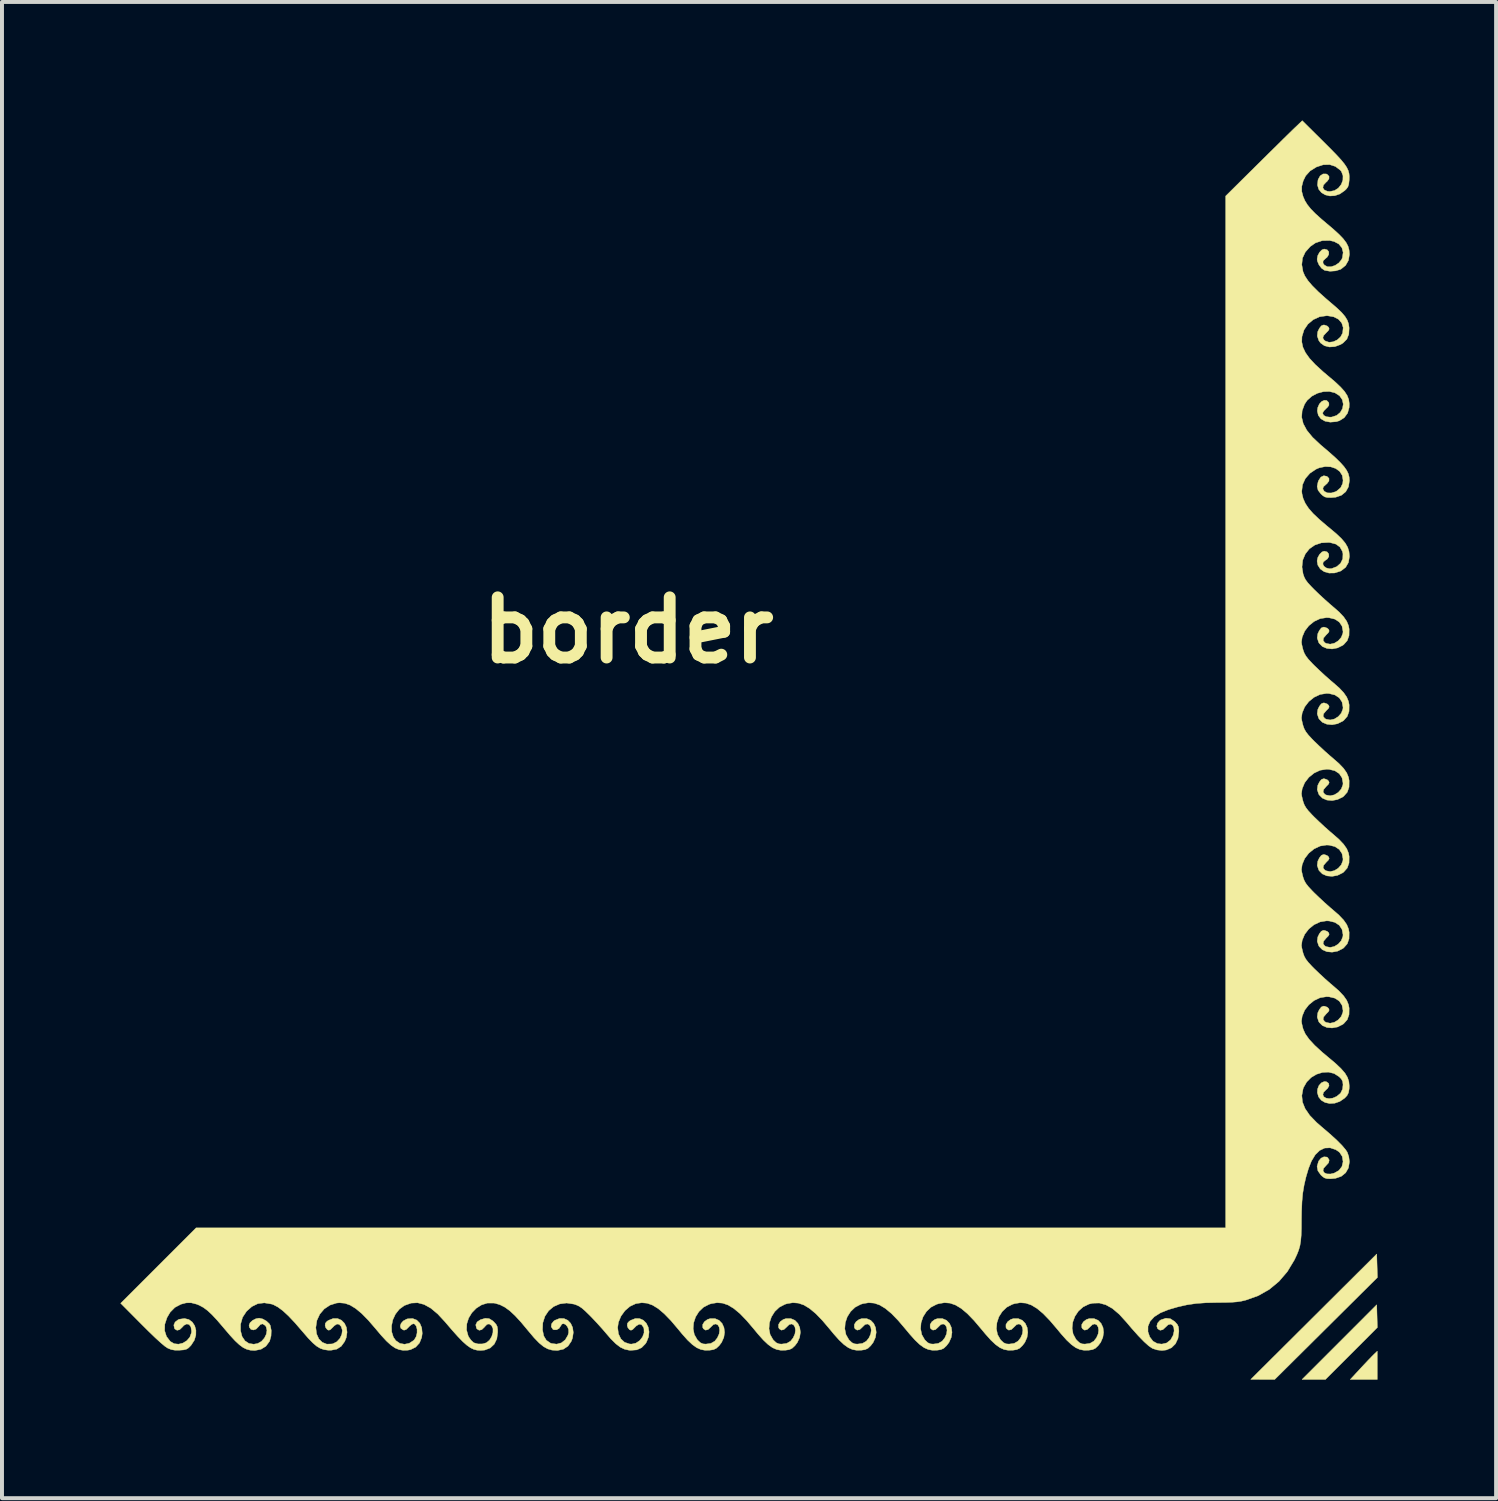
<source format=kicad_pcb>
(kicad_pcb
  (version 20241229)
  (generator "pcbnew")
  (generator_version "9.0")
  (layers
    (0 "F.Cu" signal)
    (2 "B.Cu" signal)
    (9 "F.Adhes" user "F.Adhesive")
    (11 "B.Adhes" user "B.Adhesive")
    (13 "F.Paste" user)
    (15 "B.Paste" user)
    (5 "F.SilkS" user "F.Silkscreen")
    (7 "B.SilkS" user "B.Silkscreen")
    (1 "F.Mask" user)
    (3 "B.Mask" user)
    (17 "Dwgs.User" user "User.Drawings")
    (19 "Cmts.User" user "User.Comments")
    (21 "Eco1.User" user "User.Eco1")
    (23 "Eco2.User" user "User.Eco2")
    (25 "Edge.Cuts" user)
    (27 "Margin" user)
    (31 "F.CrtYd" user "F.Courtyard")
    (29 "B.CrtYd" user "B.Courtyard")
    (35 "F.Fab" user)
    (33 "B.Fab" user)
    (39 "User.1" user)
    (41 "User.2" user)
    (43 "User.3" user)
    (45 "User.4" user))
  (footprint "border"
    (layer "F.Cu")
    (at 12.851 12.906)
    (property "Reference" "border" (at 0 0 0) (layer "F.SilkS") (effects (font (size 1.524 1.524) (thickness 0.3))))
    (attr through_hole)
    (fp_poly (pts (xy 18.959 17.362) (xy 18.967 17.65) (xy 18.31 18.308) (xy 17.653 18.965) (xy 17.061 18.965) (xy 18.006 18.02) (xy 18.951 17.074) (xy 18.959 17.362)) (stroke (width 0.01) (type solid)) (fill yes) (layer "F.SilkS"))
    (fp_poly (pts (xy 18.96 16.087) (xy 18.969 16.383) (xy 17.669 17.674) (xy 16.369 18.965) (xy 16.065 18.965) (xy 15.762 18.964) (xy 17.357 17.377) (xy 18.951 15.79) (xy 18.96 16.087)) (stroke (width 0.01) (type solid)) (fill yes) (layer "F.SilkS"))
    (fp_poly (pts (xy 18.965 18.965) (xy 18.282 18.965) (xy 18.536 18.69) (xy 18.64 18.579) (xy 18.738 18.475) (xy 18.82 18.39) (xy 18.875 18.335) (xy 18.878 18.332) (xy 18.965 18.249) (xy 18.965 18.965)) (stroke (width 0.01) (type solid)) (fill yes) (layer "F.SilkS"))
    (fp_poly (pts (xy 17.602 -12.37) (xy 17.786 -12.186) (xy 17.934 -12.034) (xy 18.048 -11.91) (xy 18.133 -11.806) (xy 18.192 -11.718) (xy 18.23 -11.638) (xy 18.25 -11.563) (xy 18.257 -11.485) (xy 18.254 -11.398) (xy 18.254 -11.396) (xy 18.243 -11.295) (xy 18.222 -11.227) (xy 18.182 -11.172) (xy 18.14 -11.131) (xy 18.018 -11.046) (xy 17.889 -11.002) (xy 17.763 -10.995) (xy 17.648 -11.023) (xy 17.552 -11.08) (xy 17.483 -11.164) (xy 17.451 -11.271) (xy 17.464 -11.397) (xy 17.47 -11.416) (xy 17.519 -11.504) (xy 17.591 -11.552) (xy 17.671 -11.553) (xy 17.697 -11.542) (xy 17.744 -11.493) (xy 17.742 -11.429) (xy 17.692 -11.361) (xy 17.667 -11.341) (xy 17.602 -11.27) (xy 17.588 -11.203) (xy 17.623 -11.148) (xy 17.701 -11.114) (xy 17.765 -11.108) (xy 17.883 -11.132) (xy 17.981 -11.196) (xy 18.053 -11.287) (xy 18.094 -11.395) (xy 18.097 -11.507) (xy 18.058 -11.612) (xy 18.031 -11.646) (xy 17.906 -11.742) (xy 17.76 -11.789) (xy 17.598 -11.785) (xy 17.428 -11.73) (xy 17.427 -11.73) (xy 17.266 -11.63) (xy 17.152 -11.504) (xy 17.09 -11.377) (xy 17.053 -11.236) (xy 17.053 -11.111) (xy 17.087 -10.982) (xy 17.133 -10.876) (xy 17.196 -10.773) (xy 17.282 -10.666) (xy 17.399 -10.547) (xy 17.552 -10.409) (xy 17.674 -10.306) (xy 17.857 -10.151) (xy 17.999 -10.021) (xy 18.105 -9.91) (xy 18.179 -9.812) (xy 18.226 -9.721) (xy 18.251 -9.629) (xy 18.26 -9.529) (xy 18.26 -9.516) (xy 18.235 -9.364) (xy 18.162 -9.237) (xy 18.047 -9.144) (xy 18.033 -9.137) (xy 17.91 -9.099) (xy 17.768 -9.089) (xy 17.639 -9.111) (xy 17.627 -9.115) (xy 17.553 -9.167) (xy 17.489 -9.252) (xy 17.448 -9.348) (xy 17.442 -9.398) (xy 17.459 -9.487) (xy 17.504 -9.57) (xy 17.564 -9.631) (xy 17.621 -9.652) (xy 17.697 -9.632) (xy 17.737 -9.583) (xy 17.737 -9.516) (xy 17.697 -9.447) (xy 17.651 -9.408) (xy 17.593 -9.352) (xy 17.591 -9.294) (xy 17.627 -9.245) (xy 17.703 -9.204) (xy 17.799 -9.204) (xy 17.9 -9.238) (xy 17.992 -9.3) (xy 18.061 -9.384) (xy 18.082 -9.432) (xy 18.101 -9.566) (xy 18.07 -9.683) (xy 17.992 -9.778) (xy 17.873 -9.842) (xy 17.76 -9.868) (xy 17.572 -9.864) (xy 17.4 -9.807) (xy 17.269 -9.716) (xy 17.143 -9.574) (xy 17.072 -9.422) (xy 17.054 -9.256) (xy 17.085 -9.08) (xy 17.131 -8.972) (xy 17.209 -8.853) (xy 17.324 -8.718) (xy 17.478 -8.565) (xy 17.676 -8.388) (xy 17.777 -8.302) (xy 17.94 -8.162) (xy 18.062 -8.046) (xy 18.148 -7.945) (xy 18.205 -7.852) (xy 18.238 -7.76) (xy 18.252 -7.66) (xy 18.253 -7.655) (xy 18.244 -7.495) (xy 18.194 -7.369) (xy 18.097 -7.272) (xy 18.034 -7.233) (xy 17.892 -7.181) (xy 17.752 -7.172) (xy 17.627 -7.204) (xy 17.528 -7.275) (xy 17.484 -7.337) (xy 17.446 -7.45) (xy 17.457 -7.558) (xy 17.499 -7.643) (xy 17.548 -7.707) (xy 17.599 -7.729) (xy 17.63 -7.728) (xy 17.698 -7.703) (xy 17.735 -7.668) (xy 17.747 -7.628) (xy 17.727 -7.587) (xy 17.674 -7.534) (xy 17.605 -7.459) (xy 17.587 -7.399) (xy 17.619 -7.347) (xy 17.653 -7.321) (xy 17.746 -7.291) (xy 17.85 -7.304) (xy 17.952 -7.352) (xy 18.036 -7.428) (xy 18.088 -7.525) (xy 18.088 -7.527) (xy 18.102 -7.663) (xy 18.065 -7.78) (xy 17.984 -7.873) (xy 17.864 -7.935) (xy 17.71 -7.962) (xy 17.682 -7.963) (xy 17.503 -7.937) (xy 17.343 -7.863) (xy 17.209 -7.75) (xy 17.111 -7.605) (xy 17.059 -7.436) (xy 17.058 -7.434) (xy 17.054 -7.3) (xy 17.082 -7.167) (xy 17.146 -7.03) (xy 17.25 -6.884) (xy 17.397 -6.726) (xy 17.589 -6.55) (xy 17.712 -6.446) (xy 17.894 -6.292) (xy 18.033 -6.161) (xy 18.135 -6.048) (xy 18.203 -5.944) (xy 18.242 -5.844) (xy 18.256 -5.74) (xy 18.253 -5.64) (xy 18.213 -5.497) (xy 18.128 -5.382) (xy 18.005 -5.305) (xy 17.93 -5.282) (xy 17.775 -5.269) (xy 17.642 -5.294) (xy 17.539 -5.353) (xy 17.472 -5.442) (xy 17.447 -5.553) (xy 17.458 -5.637) (xy 17.498 -5.728) (xy 17.557 -5.792) (xy 17.623 -5.823) (xy 17.685 -5.818) (xy 17.731 -5.771) (xy 17.74 -5.749) (xy 17.741 -5.697) (xy 17.703 -5.644) (xy 17.671 -5.615) (xy 17.615 -5.558) (xy 17.584 -5.506) (xy 17.582 -5.495) (xy 17.608 -5.442) (xy 17.675 -5.407) (xy 17.77 -5.396) (xy 17.814 -5.399) (xy 17.936 -5.439) (xy 18.028 -5.515) (xy 18.085 -5.614) (xy 18.104 -5.726) (xy 18.079 -5.838) (xy 18.01 -5.937) (xy 17.893 -6.012) (xy 17.752 -6.046) (xy 17.6 -6.041) (xy 17.448 -6) (xy 17.308 -5.926) (xy 17.19 -5.821) (xy 17.124 -5.722) (xy 17.063 -5.558) (xy 17.051 -5.395) (xy 17.091 -5.231) (xy 17.182 -5.062) (xy 17.326 -4.886) (xy 17.524 -4.7) (xy 17.538 -4.688) (xy 17.742 -4.514) (xy 17.905 -4.369) (xy 18.031 -4.246) (xy 18.125 -4.141) (xy 18.19 -4.049) (xy 18.232 -3.963) (xy 18.253 -3.879) (xy 18.26 -3.792) (xy 18.26 -3.79) (xy 18.236 -3.633) (xy 18.167 -3.508) (xy 18.057 -3.418) (xy 17.911 -3.368) (xy 17.798 -3.359) (xy 17.7 -3.362) (xy 17.635 -3.377) (xy 17.58 -3.414) (xy 17.537 -3.454) (xy 17.466 -3.546) (xy 17.443 -3.64) (xy 17.465 -3.751) (xy 17.481 -3.794) (xy 17.537 -3.878) (xy 17.611 -3.913) (xy 17.694 -3.896) (xy 17.694 -3.895) (xy 17.743 -3.845) (xy 17.742 -3.781) (xy 17.692 -3.713) (xy 17.667 -3.693) (xy 17.601 -3.632) (xy 17.587 -3.578) (xy 17.621 -3.522) (xy 17.627 -3.516) (xy 17.7 -3.479) (xy 17.799 -3.476) (xy 17.904 -3.507) (xy 17.94 -3.526) (xy 18.039 -3.611) (xy 18.09 -3.719) (xy 18.099 -3.798) (xy 18.078 -3.922) (xy 18.013 -4.023) (xy 17.913 -4.096) (xy 17.788 -4.138) (xy 17.646 -4.145) (xy 17.497 -4.114) (xy 17.417 -4.08) (xy 17.259 -3.974) (xy 17.143 -3.84) (xy 17.073 -3.686) (xy 17.053 -3.52) (xy 17.059 -3.458) (xy 17.089 -3.334) (xy 17.143 -3.213) (xy 17.225 -3.089) (xy 17.34 -2.957) (xy 17.494 -2.811) (xy 17.69 -2.643) (xy 17.754 -2.591) (xy 17.929 -2.444) (xy 18.061 -2.318) (xy 18.155 -2.206) (xy 18.216 -2.1) (xy 18.249 -1.993) (xy 18.26 -1.877) (xy 18.26 -1.868) (xy 18.235 -1.716) (xy 18.164 -1.594) (xy 18.048 -1.505) (xy 18.026 -1.495) (xy 17.881 -1.451) (xy 17.743 -1.449) (xy 17.62 -1.484) (xy 17.523 -1.552) (xy 17.46 -1.65) (xy 17.441 -1.755) (xy 17.459 -1.841) (xy 17.505 -1.923) (xy 17.565 -1.983) (xy 17.621 -2.004) (xy 17.696 -1.984) (xy 17.736 -1.933) (xy 17.739 -1.869) (xy 17.702 -1.807) (xy 17.651 -1.772) (xy 17.597 -1.728) (xy 17.588 -1.674) (xy 17.616 -1.621) (xy 17.673 -1.579) (xy 17.75 -1.559) (xy 17.811 -1.563) (xy 17.942 -1.613) (xy 18.037 -1.698) (xy 18.091 -1.809) (xy 18.096 -1.937) (xy 18.082 -1.997) (xy 18.02 -2.107) (xy 17.92 -2.181) (xy 17.777 -2.219) (xy 17.738 -2.224) (xy 17.55 -2.214) (xy 17.384 -2.158) (xy 17.246 -2.062) (xy 17.143 -1.932) (xy 17.078 -1.777) (xy 17.059 -1.602) (xy 17.087 -1.427) (xy 17.114 -1.349) (xy 17.149 -1.28) (xy 17.203 -1.207) (xy 17.284 -1.118) (xy 17.365 -1.035) (xy 17.49 -0.914) (xy 17.634 -0.781) (xy 17.773 -0.658) (xy 17.836 -0.604) (xy 17.998 -0.463) (xy 18.114 -0.34) (xy 18.192 -0.227) (xy 18.237 -0.118) (xy 18.253 -0.031) (xy 18.25 0.132) (xy 18.205 0.261) (xy 18.115 0.362) (xy 18.09 0.381) (xy 17.959 0.446) (xy 17.822 0.472) (xy 17.69 0.459) (xy 17.576 0.411) (xy 17.493 0.327) (xy 17.482 0.308) (xy 17.445 0.195) (xy 17.459 0.087) (xy 17.499 0.005) (xy 17.548 -0.059) (xy 17.599 -0.08) (xy 17.63 -0.079) (xy 17.698 -0.054) (xy 17.735 -0.02) (xy 17.747 0.019) (xy 17.727 0.061) (xy 17.672 0.116) (xy 17.606 0.193) (xy 17.594 0.258) (xy 17.636 0.312) (xy 17.669 0.331) (xy 17.772 0.351) (xy 17.879 0.327) (xy 17.976 0.267) (xy 18.053 0.18) (xy 18.094 0.075) (xy 18.098 0.031) (xy 18.073 -0.104) (xy 18.003 -0.209) (xy 17.892 -0.282) (xy 17.745 -0.318) (xy 17.681 -0.321) (xy 17.518 -0.295) (xy 17.365 -0.223) (xy 17.232 -0.115) (xy 17.128 0.02) (xy 17.064 0.172) (xy 17.046 0.298) (xy 17.054 0.358) (xy 17.074 0.447) (xy 17.09 0.505) (xy 17.118 0.581) (xy 17.159 0.652) (xy 17.22 0.732) (xy 17.312 0.831) (xy 17.365 0.885) (xy 17.491 1.006) (xy 17.634 1.139) (xy 17.773 1.262) (xy 17.836 1.315) (xy 17.998 1.456) (xy 18.114 1.579) (xy 18.192 1.692) (xy 18.237 1.801) (xy 18.253 1.888) (xy 18.25 2.051) (xy 18.205 2.18) (xy 18.115 2.282) (xy 18.09 2.3) (xy 17.959 2.365) (xy 17.822 2.391) (xy 17.69 2.378) (xy 17.576 2.33) (xy 17.493 2.246) (xy 17.482 2.227) (xy 17.445 2.115) (xy 17.459 2.006) (xy 17.499 1.924) (xy 17.548 1.861) (xy 17.599 1.839) (xy 17.63 1.84) (xy 17.698 1.865) (xy 17.735 1.9) (xy 17.747 1.939) (xy 17.727 1.98) (xy 17.672 2.035) (xy 17.606 2.113) (xy 17.594 2.177) (xy 17.636 2.231) (xy 17.669 2.25) (xy 17.772 2.27) (xy 17.879 2.246) (xy 17.976 2.186) (xy 18.053 2.099) (xy 18.094 1.995) (xy 18.098 1.95) (xy 18.073 1.816) (xy 18.003 1.71) (xy 17.892 1.637) (xy 17.745 1.601) (xy 17.681 1.598) (xy 17.518 1.624) (xy 17.365 1.696) (xy 17.232 1.804) (xy 17.128 1.939) (xy 17.064 2.091) (xy 17.046 2.217) (xy 17.054 2.277) (xy 17.074 2.366) (xy 17.09 2.424) (xy 17.118 2.5) (xy 17.159 2.571) (xy 17.22 2.651) (xy 17.312 2.75) (xy 17.365 2.804) (xy 17.491 2.925) (xy 17.634 3.058) (xy 17.773 3.181) (xy 17.836 3.234) (xy 17.998 3.376) (xy 18.114 3.498) (xy 18.192 3.611) (xy 18.237 3.72) (xy 18.253 3.807) (xy 18.25 3.97) (xy 18.205 4.099) (xy 18.115 4.201) (xy 18.09 4.22) (xy 17.959 4.284) (xy 17.822 4.31) (xy 17.69 4.298) (xy 17.576 4.249) (xy 17.493 4.165) (xy 17.482 4.146) (xy 17.445 4.034) (xy 17.459 3.925) (xy 17.499 3.843) (xy 17.548 3.78) (xy 17.599 3.758) (xy 17.63 3.759) (xy 17.698 3.784) (xy 17.735 3.819) (xy 17.747 3.858) (xy 17.727 3.899) (xy 17.672 3.954) (xy 17.606 4.032) (xy 17.594 4.096) (xy 17.636 4.15) (xy 17.669 4.169) (xy 17.772 4.189) (xy 17.879 4.165) (xy 17.976 4.105) (xy 18.053 4.018) (xy 18.094 3.914) (xy 18.098 3.869) (xy 18.073 3.735) (xy 18.003 3.629) (xy 17.892 3.556) (xy 17.745 3.52) (xy 17.681 3.517) (xy 17.518 3.543) (xy 17.365 3.615) (xy 17.232 3.723) (xy 17.128 3.858) (xy 17.064 4.01) (xy 17.046 4.136) (xy 17.054 4.196) (xy 17.074 4.285) (xy 17.09 4.343) (xy 17.118 4.419) (xy 17.159 4.49) (xy 17.22 4.57) (xy 17.312 4.669) (xy 17.365 4.723) (xy 17.491 4.844) (xy 17.634 4.977) (xy 17.773 5.1) (xy 17.836 5.153) (xy 17.998 5.295) (xy 18.114 5.418) (xy 18.192 5.53) (xy 18.237 5.64) (xy 18.253 5.726) (xy 18.25 5.889) (xy 18.205 6.018) (xy 18.115 6.12) (xy 18.09 6.139) (xy 17.959 6.204) (xy 17.822 6.229) (xy 17.69 6.217) (xy 17.576 6.168) (xy 17.493 6.084) (xy 17.482 6.065) (xy 17.445 5.953) (xy 17.459 5.845) (xy 17.499 5.763) (xy 17.548 5.699) (xy 17.599 5.677) (xy 17.63 5.678) (xy 17.698 5.703) (xy 17.735 5.738) (xy 17.747 5.777) (xy 17.727 5.818) (xy 17.672 5.873) (xy 17.606 5.951) (xy 17.594 6.016) (xy 17.636 6.069) (xy 17.669 6.088) (xy 17.772 6.109) (xy 17.879 6.084) (xy 17.976 6.024) (xy 18.053 5.938) (xy 18.094 5.833) (xy 18.098 5.788) (xy 18.073 5.654) (xy 18.003 5.548) (xy 17.892 5.475) (xy 17.745 5.439) (xy 17.681 5.436) (xy 17.518 5.462) (xy 17.365 5.534) (xy 17.232 5.642) (xy 17.128 5.777) (xy 17.064 5.929) (xy 17.046 6.056) (xy 17.054 6.115) (xy 17.074 6.204) (xy 17.09 6.262) (xy 17.118 6.338) (xy 17.159 6.41) (xy 17.22 6.489) (xy 17.312 6.588) (xy 17.365 6.642) (xy 17.491 6.763) (xy 17.634 6.896) (xy 17.773 7.019) (xy 17.836 7.072) (xy 17.998 7.214) (xy 18.114 7.337) (xy 18.192 7.449) (xy 18.237 7.559) (xy 18.253 7.645) (xy 18.25 7.808) (xy 18.205 7.937) (xy 18.115 8.039) (xy 18.09 8.058) (xy 17.959 8.123) (xy 17.822 8.148) (xy 17.69 8.136) (xy 17.576 8.087) (xy 17.493 8.003) (xy 17.482 7.984) (xy 17.445 7.872) (xy 17.459 7.764) (xy 17.499 7.682) (xy 17.548 7.618) (xy 17.599 7.596) (xy 17.63 7.597) (xy 17.698 7.622) (xy 17.735 7.657) (xy 17.747 7.696) (xy 17.727 7.737) (xy 17.672 7.792) (xy 17.606 7.87) (xy 17.594 7.935) (xy 17.636 7.988) (xy 17.669 8.007) (xy 17.772 8.028) (xy 17.879 8.004) (xy 17.976 7.944) (xy 18.053 7.857) (xy 18.094 7.752) (xy 18.098 7.707) (xy 18.073 7.573) (xy 18.003 7.467) (xy 17.892 7.394) (xy 17.745 7.358) (xy 17.681 7.355) (xy 17.518 7.382) (xy 17.365 7.453) (xy 17.232 7.561) (xy 17.128 7.696) (xy 17.064 7.848) (xy 17.046 7.975) (xy 17.054 8.034) (xy 17.074 8.123) (xy 17.09 8.181) (xy 17.118 8.257) (xy 17.159 8.329) (xy 17.22 8.408) (xy 17.312 8.507) (xy 17.365 8.561) (xy 17.491 8.682) (xy 17.634 8.815) (xy 17.773 8.938) (xy 17.836 8.991) (xy 17.998 9.133) (xy 18.114 9.256) (xy 18.192 9.368) (xy 18.237 9.478) (xy 18.253 9.565) (xy 18.25 9.727) (xy 18.205 9.857) (xy 18.115 9.958) (xy 18.09 9.977) (xy 17.959 10.042) (xy 17.822 10.067) (xy 17.69 10.055) (xy 17.576 10.006) (xy 17.493 9.923) (xy 17.482 9.904) (xy 17.445 9.791) (xy 17.459 9.683) (xy 17.499 9.601) (xy 17.548 9.537) (xy 17.599 9.515) (xy 17.63 9.516) (xy 17.698 9.541) (xy 17.735 9.576) (xy 17.747 9.615) (xy 17.727 9.656) (xy 17.672 9.711) (xy 17.606 9.789) (xy 17.594 9.854) (xy 17.636 9.907) (xy 17.669 9.926) (xy 17.772 9.947) (xy 17.879 9.923) (xy 17.976 9.863) (xy 18.053 9.776) (xy 18.094 9.671) (xy 18.098 9.626) (xy 18.073 9.492) (xy 18.003 9.386) (xy 17.892 9.313) (xy 17.745 9.278) (xy 17.681 9.275) (xy 17.518 9.301) (xy 17.365 9.373) (xy 17.232 9.481) (xy 17.128 9.615) (xy 17.064 9.768) (xy 17.046 9.894) (xy 17.054 9.954) (xy 17.074 10.043) (xy 17.089 10.098) (xy 17.143 10.218) (xy 17.239 10.353) (xy 17.379 10.505) (xy 17.566 10.677) (xy 17.727 10.812) (xy 17.909 10.965) (xy 18.047 11.096) (xy 18.147 11.211) (xy 18.211 11.318) (xy 18.246 11.425) (xy 18.256 11.537) (xy 18.253 11.608) (xy 18.236 11.707) (xy 18.2 11.778) (xy 18.139 11.843) (xy 18.017 11.927) (xy 17.888 11.972) (xy 17.761 11.98) (xy 17.644 11.954) (xy 17.547 11.897) (xy 17.479 11.812) (xy 17.448 11.703) (xy 17.453 11.615) (xy 17.489 11.523) (xy 17.551 11.455) (xy 17.624 11.423) (xy 17.676 11.428) (xy 17.734 11.47) (xy 17.744 11.531) (xy 17.706 11.598) (xy 17.669 11.631) (xy 17.604 11.697) (xy 17.588 11.758) (xy 17.611 11.808) (xy 17.666 11.842) (xy 17.745 11.856) (xy 17.838 11.843) (xy 17.939 11.799) (xy 17.94 11.798) (xy 18.036 11.718) (xy 18.086 11.615) (xy 18.098 11.504) (xy 18.089 11.423) (xy 18.055 11.358) (xy 17.999 11.301) (xy 17.873 11.22) (xy 17.729 11.185) (xy 17.577 11.193) (xy 17.428 11.239) (xy 17.292 11.32) (xy 17.179 11.434) (xy 17.098 11.575) (xy 17.086 11.611) (xy 17.055 11.779) (xy 17.072 11.945) (xy 17.139 12.111) (xy 17.256 12.281) (xy 17.427 12.458) (xy 17.544 12.56) (xy 17.756 12.741) (xy 17.933 12.901) (xy 18.07 13.039) (xy 18.165 13.151) (xy 18.206 13.214) (xy 18.244 13.324) (xy 18.26 13.45) (xy 18.26 13.457) (xy 18.235 13.61) (xy 18.165 13.733) (xy 18.054 13.823) (xy 17.907 13.874) (xy 17.784 13.885) (xy 17.689 13.881) (xy 17.624 13.861) (xy 17.564 13.815) (xy 17.537 13.789) (xy 17.462 13.684) (xy 17.441 13.573) (xy 17.476 13.45) (xy 17.484 13.433) (xy 17.541 13.364) (xy 17.615 13.329) (xy 17.687 13.335) (xy 17.71 13.349) (xy 17.748 13.41) (xy 17.733 13.48) (xy 17.666 13.553) (xy 17.664 13.555) (xy 17.604 13.622) (xy 17.593 13.683) (xy 17.623 13.732) (xy 17.688 13.761) (xy 17.78 13.764) (xy 17.874 13.742) (xy 17.994 13.674) (xy 18.07 13.575) (xy 18.099 13.453) (xy 18.078 13.32) (xy 18.009 13.214) (xy 17.916 13.149) (xy 17.771 13.101) (xy 17.634 13.107) (xy 17.508 13.167) (xy 17.395 13.277) (xy 17.298 13.438) (xy 17.225 13.623) (xy 17.16 13.842) (xy 17.113 14.045) (xy 17.079 14.248) (xy 17.059 14.465) (xy 17.049 14.712) (xy 17.046 14.917) (xy 17.045 15.139) (xy 17.039 15.315) (xy 17.027 15.458) (xy 17.007 15.579) (xy 16.976 15.688) (xy 16.933 15.798) (xy 16.876 15.92) (xy 16.863 15.946) (xy 16.688 16.236) (xy 16.476 16.483) (xy 16.23 16.687) (xy 15.951 16.845) (xy 15.64 16.956) (xy 15.613 16.963) (xy 15.514 16.986) (xy 15.409 17.001) (xy 15.285 17.011) (xy 15.131 17.016) (xy 14.933 17.018) (xy 14.918 17.018) (xy 14.629 17.024) (xy 14.378 17.042) (xy 14.147 17.076) (xy 13.917 17.128) (xy 13.68 17.197) (xy 13.476 17.279) (xy 13.32 17.378) (xy 13.215 17.492) (xy 13.161 17.619) (xy 13.16 17.757) (xy 13.205 17.888) (xy 13.288 17.997) (xy 13.398 18.057) (xy 13.51 18.07) (xy 13.634 18.041) (xy 13.733 17.963) (xy 13.798 17.846) (xy 13.822 17.737) (xy 13.814 17.648) (xy 13.782 17.588) (xy 13.731 17.563) (xy 13.669 17.581) (xy 13.611 17.636) (xy 13.538 17.704) (xy 13.468 17.72) (xy 13.407 17.683) (xy 13.406 17.682) (xy 13.383 17.615) (xy 13.403 17.54) (xy 13.46 17.474) (xy 13.489 17.456) (xy 13.614 17.415) (xy 13.727 17.428) (xy 13.832 17.496) (xy 13.846 17.509) (xy 13.904 17.574) (xy 13.932 17.634) (xy 13.941 17.715) (xy 13.942 17.756) (xy 13.92 17.926) (xy 13.856 18.063) (xy 13.756 18.162) (xy 13.624 18.219) (xy 13.513 18.232) (xy 13.388 18.217) (xy 13.276 18.18) (xy 13.27 18.177) (xy 13.179 18.115) (xy 13.06 18.008) (xy 12.916 17.86) (xy 12.749 17.673) (xy 12.616 17.516) (xy 12.434 17.316) (xy 12.261 17.169) (xy 12.093 17.075) (xy 11.927 17.03) (xy 11.761 17.035) (xy 11.667 17.057) (xy 11.519 17.129) (xy 11.399 17.236) (xy 11.311 17.368) (xy 11.256 17.515) (xy 11.24 17.667) (xy 11.265 17.814) (xy 11.335 17.945) (xy 11.357 17.971) (xy 11.427 18.036) (xy 11.492 18.064) (xy 11.561 18.07) (xy 11.692 18.052) (xy 11.79 17.995) (xy 11.855 17.912) (xy 11.899 17.812) (xy 11.912 17.718) (xy 11.899 17.639) (xy 11.865 17.584) (xy 11.815 17.56) (xy 11.755 17.575) (xy 11.688 17.639) (xy 11.687 17.641) (xy 11.621 17.702) (xy 11.556 17.717) (xy 11.503 17.683) (xy 11.484 17.648) (xy 11.484 17.574) (xy 11.528 17.503) (xy 11.604 17.447) (xy 11.672 17.425) (xy 11.796 17.425) (xy 11.898 17.468) (xy 11.974 17.547) (xy 12.022 17.651) (xy 12.037 17.772) (xy 12.018 17.9) (xy 11.962 18.028) (xy 11.899 18.11) (xy 11.829 18.176) (xy 11.756 18.21) (xy 11.664 18.224) (xy 11.545 18.227) (xy 11.436 18.207) (xy 11.331 18.16) (xy 11.221 18.081) (xy 11.1 17.967) (xy 10.961 17.811) (xy 10.869 17.699) (xy 10.678 17.475) (xy 10.508 17.299) (xy 10.353 17.169) (xy 10.207 17.081) (xy 10.067 17.033) (xy 9.927 17.022) (xy 9.783 17.046) (xy 9.728 17.063) (xy 9.585 17.137) (xy 9.47 17.247) (xy 9.385 17.381) (xy 9.336 17.53) (xy 9.323 17.682) (xy 9.352 17.828) (xy 9.425 17.956) (xy 9.438 17.971) (xy 9.507 18.036) (xy 9.573 18.064) (xy 9.642 18.07) (xy 9.773 18.052) (xy 9.871 17.995) (xy 9.936 17.912) (xy 9.98 17.812) (xy 9.993 17.718) (xy 9.98 17.639) (xy 9.946 17.584) (xy 9.896 17.56) (xy 9.836 17.575) (xy 9.769 17.639) (xy 9.768 17.641) (xy 9.702 17.702) (xy 9.637 17.717) (xy 9.584 17.683) (xy 9.565 17.648) (xy 9.565 17.574) (xy 9.609 17.503) (xy 9.685 17.447) (xy 9.752 17.425) (xy 9.877 17.425) (xy 9.979 17.468) (xy 10.055 17.547) (xy 10.102 17.651) (xy 10.118 17.772) (xy 10.099 17.9) (xy 10.043 18.028) (xy 9.98 18.11) (xy 9.91 18.176) (xy 9.837 18.21) (xy 9.745 18.224) (xy 9.626 18.227) (xy 9.517 18.207) (xy 9.412 18.16) (xy 9.302 18.081) (xy 9.181 17.967) (xy 9.042 17.811) (xy 8.949 17.699) (xy 8.759 17.475) (xy 8.589 17.299) (xy 8.434 17.169) (xy 8.288 17.081) (xy 8.148 17.033) (xy 8.008 17.022) (xy 7.864 17.046) (xy 7.809 17.063) (xy 7.666 17.137) (xy 7.551 17.247) (xy 7.466 17.381) (xy 7.416 17.53) (xy 7.404 17.682) (xy 7.433 17.828) (xy 7.506 17.956) (xy 7.519 17.971) (xy 7.588 18.036) (xy 7.654 18.064) (xy 7.722 18.07) (xy 7.853 18.052) (xy 7.951 17.995) (xy 8.017 17.912) (xy 8.061 17.812) (xy 8.074 17.718) (xy 8.061 17.639) (xy 8.027 17.584) (xy 7.977 17.56) (xy 7.916 17.575) (xy 7.85 17.639) (xy 7.849 17.641) (xy 7.783 17.702) (xy 7.717 17.717) (xy 7.664 17.683) (xy 7.646 17.648) (xy 7.646 17.574) (xy 7.69 17.503) (xy 7.766 17.447) (xy 7.833 17.425) (xy 7.958 17.425) (xy 8.06 17.468) (xy 8.136 17.547) (xy 8.183 17.651) (xy 8.199 17.772) (xy 8.18 17.9) (xy 8.123 18.028) (xy 8.061 18.11) (xy 7.991 18.176) (xy 7.918 18.21) (xy 7.826 18.224) (xy 7.707 18.227) (xy 7.598 18.207) (xy 7.492 18.16) (xy 7.382 18.081) (xy 7.262 17.967) (xy 7.123 17.811) (xy 7.03 17.699) (xy 6.84 17.475) (xy 6.67 17.299) (xy 6.514 17.169) (xy 6.369 17.081) (xy 6.229 17.033) (xy 6.089 17.022) (xy 5.945 17.046) (xy 5.889 17.063) (xy 5.747 17.137) (xy 5.632 17.247) (xy 5.547 17.381) (xy 5.497 17.53) (xy 5.485 17.682) (xy 5.514 17.828) (xy 5.587 17.956) (xy 5.6 17.971) (xy 5.669 18.036) (xy 5.735 18.064) (xy 5.803 18.07) (xy 5.934 18.052) (xy 6.032 17.995) (xy 6.097 17.912) (xy 6.142 17.812) (xy 6.155 17.718) (xy 6.142 17.639) (xy 6.108 17.584) (xy 6.058 17.56) (xy 5.997 17.575) (xy 5.931 17.639) (xy 5.93 17.641) (xy 5.864 17.702) (xy 5.798 17.717) (xy 5.745 17.683) (xy 5.727 17.648) (xy 5.727 17.574) (xy 5.771 17.503) (xy 5.847 17.447) (xy 5.914 17.425) (xy 6.039 17.425) (xy 6.141 17.468) (xy 6.217 17.547) (xy 6.264 17.651) (xy 6.28 17.772) (xy 6.261 17.9) (xy 6.204 18.028) (xy 6.142 18.11) (xy 6.072 18.176) (xy 5.999 18.21) (xy 5.907 18.224) (xy 5.788 18.227) (xy 5.679 18.207) (xy 5.573 18.16) (xy 5.463 18.081) (xy 5.342 17.967) (xy 5.203 17.811) (xy 5.111 17.699) (xy 4.921 17.475) (xy 4.751 17.299) (xy 4.595 17.169) (xy 4.45 17.081) (xy 4.31 17.033) (xy 4.17 17.022) (xy 4.025 17.046) (xy 3.97 17.063) (xy 3.828 17.137) (xy 3.712 17.247) (xy 3.628 17.381) (xy 3.578 17.53) (xy 3.566 17.682) (xy 3.595 17.828) (xy 3.668 17.956) (xy 3.681 17.971) (xy 3.75 18.036) (xy 3.816 18.064) (xy 3.884 18.07) (xy 4.015 18.052) (xy 4.113 17.995) (xy 4.178 17.912) (xy 4.223 17.812) (xy 4.236 17.718) (xy 4.223 17.639) (xy 4.189 17.584) (xy 4.139 17.56) (xy 4.078 17.575) (xy 4.012 17.639) (xy 4.011 17.641) (xy 3.944 17.702) (xy 3.879 17.717) (xy 3.826 17.683) (xy 3.808 17.648) (xy 3.808 17.574) (xy 3.851 17.503) (xy 3.928 17.447) (xy 3.995 17.425) (xy 4.12 17.425) (xy 4.222 17.468) (xy 4.298 17.547) (xy 4.345 17.651) (xy 4.361 17.772) (xy 4.342 17.9) (xy 4.285 18.028) (xy 4.223 18.11) (xy 4.152 18.176) (xy 4.08 18.21) (xy 3.988 18.224) (xy 3.869 18.227) (xy 3.76 18.207) (xy 3.654 18.16) (xy 3.544 18.081) (xy 3.423 17.967) (xy 3.284 17.811) (xy 3.192 17.699) (xy 3.002 17.475) (xy 2.832 17.299) (xy 2.676 17.169) (xy 2.531 17.081) (xy 2.391 17.033) (xy 2.251 17.022) (xy 2.106 17.046) (xy 2.051 17.063) (xy 1.908 17.137) (xy 1.793 17.247) (xy 1.709 17.381) (xy 1.659 17.53) (xy 1.647 17.682) (xy 1.676 17.828) (xy 1.749 17.956) (xy 1.762 17.971) (xy 1.831 18.036) (xy 1.897 18.064) (xy 1.965 18.07) (xy 2.096 18.052) (xy 2.194 17.995) (xy 2.259 17.912) (xy 2.304 17.812) (xy 2.317 17.718) (xy 2.304 17.639) (xy 2.27 17.584) (xy 2.22 17.56) (xy 2.159 17.575) (xy 2.093 17.639) (xy 2.092 17.641) (xy 2.025 17.702) (xy 1.96 17.717) (xy 1.907 17.683) (xy 1.888 17.648) (xy 1.888 17.574) (xy 1.932 17.503) (xy 2.009 17.447) (xy 2.076 17.425) (xy 2.201 17.425) (xy 2.302 17.468) (xy 2.379 17.547) (xy 2.426 17.651) (xy 2.442 17.772) (xy 2.423 17.9) (xy 2.366 18.028) (xy 2.304 18.11) (xy 2.233 18.176) (xy 2.161 18.21) (xy 2.069 18.224) (xy 1.95 18.227) (xy 1.841 18.207) (xy 1.735 18.16) (xy 1.625 18.081) (xy 1.504 17.967) (xy 1.365 17.811) (xy 1.273 17.699) (xy 1.084 17.476) (xy 0.915 17.302) (xy 0.762 17.172) (xy 0.619 17.084) (xy 0.482 17.035) (xy 0.345 17.023) (xy 0.205 17.044) (xy 0.189 17.048) (xy 0.047 17.115) (xy -0.08 17.224) (xy -0.18 17.362) (xy -0.245 17.517) (xy -0.265 17.653) (xy -0.244 17.812) (xy -0.184 17.937) (xy -0.09 18.024) (xy 0.034 18.066) (xy 0.087 18.07) (xy 0.196 18.046) (xy 0.292 17.982) (xy 0.363 17.891) (xy 0.403 17.787) (xy 0.401 17.681) (xy 0.387 17.641) (xy 0.338 17.576) (xy 0.278 17.566) (xy 0.206 17.61) (xy 0.172 17.644) (xy 0.115 17.701) (xy 0.074 17.719) (xy 0.037 17.707) (xy -0.005 17.656) (xy -0.023 17.601) (xy -0.017 17.543) (xy 0.025 17.495) (xy 0.062 17.47) (xy 0.181 17.423) (xy 0.29 17.424) (xy 0.384 17.465) (xy 0.459 17.54) (xy 0.509 17.641) (xy 0.53 17.759) (xy 0.517 17.888) (xy 0.465 18.019) (xy 0.438 18.062) (xy 0.341 18.161) (xy 0.219 18.216) (xy 0.064 18.228) (xy 0.025 18.225) (xy -0.087 18.201) (xy -0.197 18.149) (xy -0.311 18.062) (xy -0.438 17.936) (xy -0.548 17.808) (xy -0.658 17.68) (xy -0.788 17.536) (xy -0.918 17.398) (xy -0.978 17.337) (xy -1.087 17.231) (xy -1.171 17.158) (xy -1.242 17.11) (xy -1.313 17.078) (xy -1.371 17.058) (xy -1.557 17.03) (xy -1.731 17.053) (xy -1.885 17.12) (xy -2.012 17.226) (xy -2.106 17.366) (xy -2.16 17.533) (xy -2.167 17.71) (xy -2.136 17.863) (xy -2.071 17.972) (xy -1.969 18.043) (xy -1.94 18.054) (xy -1.809 18.071) (xy -1.689 18.039) (xy -1.591 17.961) (xy -1.524 17.846) (xy -1.506 17.783) (xy -1.507 17.703) (xy -1.534 17.633) (xy -1.577 17.58) (xy -1.628 17.553) (xy -1.675 17.562) (xy -1.708 17.612) (xy -1.749 17.674) (xy -1.814 17.709) (xy -1.88 17.709) (xy -1.904 17.696) (xy -1.946 17.632) (xy -1.938 17.558) (xy -1.884 17.489) (xy -1.856 17.469) (xy -1.736 17.421) (xy -1.625 17.423) (xy -1.529 17.466) (xy -1.454 17.544) (xy -1.405 17.65) (xy -1.388 17.776) (xy -1.408 17.916) (xy -1.438 17.998) (xy -1.522 18.121) (xy -1.639 18.199) (xy -1.787 18.231) (xy -1.811 18.231) (xy -1.928 18.222) (xy -2.036 18.191) (xy -2.142 18.132) (xy -2.253 18.041) (xy -2.378 17.912) (xy -2.523 17.74) (xy -2.535 17.726) (xy -2.709 17.517) (xy -2.861 17.352) (xy -2.996 17.226) (xy -3.122 17.135) (xy -3.243 17.074) (xy -3.366 17.037) (xy -3.402 17.031) (xy -3.562 17.031) (xy -3.711 17.078) (xy -3.844 17.162) (xy -3.955 17.276) (xy -4.037 17.411) (xy -4.084 17.559) (xy -4.09 17.712) (xy -4.049 17.86) (xy -4.032 17.893) (xy -3.978 17.97) (xy -3.918 18.027) (xy -3.904 18.037) (xy -3.801 18.066) (xy -3.683 18.065) (xy -3.586 18.035) (xy -3.509 17.97) (xy -3.453 17.878) (xy -3.422 17.775) (xy -3.421 17.678) (xy -3.456 17.602) (xy -3.459 17.599) (xy -3.516 17.56) (xy -3.57 17.569) (xy -3.63 17.63) (xy -3.636 17.639) (xy -3.704 17.704) (xy -3.77 17.72) (xy -3.825 17.687) (xy -3.839 17.666) (xy -3.857 17.583) (xy -3.822 17.509) (xy -3.738 17.453) (xy -3.738 17.453) (xy -3.617 17.417) (xy -3.519 17.425) (xy -3.429 17.48) (xy -3.398 17.509) (xy -3.343 17.57) (xy -3.314 17.626) (xy -3.303 17.699) (xy -3.302 17.77) (xy -3.324 17.938) (xy -3.389 18.072) (xy -3.491 18.168) (xy -3.628 18.221) (xy -3.734 18.231) (xy -3.821 18.225) (xy -3.905 18.204) (xy -3.991 18.163) (xy -4.083 18.098) (xy -4.188 18.005) (xy -4.31 17.879) (xy -4.455 17.717) (xy -4.629 17.514) (xy -4.632 17.51) (xy -4.818 17.309) (xy -4.995 17.161) (xy -5.164 17.067) (xy -5.329 17.024) (xy -5.491 17.032) (xy -5.655 17.09) (xy -5.666 17.095) (xy -5.792 17.187) (xy -5.89 17.311) (xy -5.957 17.455) (xy -5.989 17.608) (xy -5.985 17.759) (xy -5.942 17.895) (xy -5.88 17.982) (xy -5.778 18.052) (xy -5.66 18.074) (xy -5.54 18.049) (xy -5.431 17.978) (xy -5.409 17.955) (xy -5.365 17.879) (xy -5.343 17.787) (xy -5.343 17.693) (xy -5.364 17.614) (xy -5.404 17.564) (xy -5.439 17.554) (xy -5.485 17.575) (xy -5.543 17.625) (xy -5.559 17.643) (xy -5.618 17.701) (xy -5.669 17.717) (xy -5.692 17.712) (xy -5.752 17.672) (xy -5.769 17.614) (xy -5.748 17.547) (xy -5.694 17.485) (xy -5.61 17.439) (xy -5.581 17.43) (xy -5.456 17.422) (xy -5.352 17.462) (xy -5.273 17.543) (xy -5.225 17.657) (xy -5.212 17.798) (xy -5.226 17.902) (xy -5.282 18.042) (xy -5.378 18.147) (xy -5.508 18.211) (xy -5.583 18.225) (xy -5.696 18.228) (xy -5.799 18.21) (xy -5.899 18.168) (xy -6.003 18.097) (xy -6.118 17.992) (xy -6.251 17.848) (xy -6.39 17.683) (xy -6.578 17.465) (xy -6.745 17.295) (xy -6.897 17.169) (xy -7.038 17.083) (xy -7.172 17.036) (xy -7.305 17.024) (xy -7.378 17.03) (xy -7.547 17.083) (xy -7.693 17.18) (xy -7.806 17.313) (xy -7.88 17.474) (xy -7.906 17.652) (xy -7.906 17.654) (xy -7.886 17.813) (xy -7.829 17.939) (xy -7.741 18.026) (xy -7.628 18.071) (xy -7.494 18.066) (xy -7.471 18.06) (xy -7.373 18.01) (xy -7.296 17.926) (xy -7.248 17.824) (xy -7.235 17.72) (xy -7.263 17.627) (xy -7.264 17.625) (xy -7.316 17.569) (xy -7.372 17.562) (xy -7.438 17.605) (xy -7.478 17.646) (xy -7.535 17.702) (xy -7.575 17.719) (xy -7.611 17.707) (xy -7.654 17.656) (xy -7.671 17.601) (xy -7.665 17.543) (xy -7.624 17.495) (xy -7.587 17.47) (xy -7.466 17.422) (xy -7.355 17.423) (xy -7.258 17.465) (xy -7.182 17.542) (xy -7.132 17.645) (xy -7.115 17.768) (xy -7.134 17.902) (xy -7.176 18.005) (xy -7.263 18.125) (xy -7.374 18.197) (xy -7.517 18.225) (xy -7.599 18.224) (xy -7.699 18.21) (xy -7.791 18.179) (xy -7.884 18.123) (xy -7.984 18.038) (xy -8.099 17.919) (xy -8.238 17.758) (xy -8.246 17.749) (xy -8.434 17.531) (xy -8.597 17.358) (xy -8.74 17.226) (xy -8.865 17.133) (xy -8.978 17.073) (xy -9.024 17.057) (xy -9.209 17.026) (xy -9.374 17.046) (xy -9.525 17.12) (xy -9.66 17.24) (xy -9.761 17.393) (xy -9.811 17.567) (xy -9.811 17.732) (xy -9.773 17.878) (xy -9.7 17.987) (xy -9.599 18.054) (xy -9.477 18.073) (xy -9.375 18.054) (xy -9.282 18.001) (xy -9.208 17.918) (xy -9.16 17.82) (xy -9.143 17.72) (xy -9.164 17.632) (xy -9.188 17.599) (xy -9.251 17.558) (xy -9.309 17.573) (xy -9.352 17.623) (xy -9.416 17.689) (xy -9.486 17.713) (xy -9.548 17.698) (xy -9.588 17.644) (xy -9.596 17.593) (xy -9.571 17.53) (xy -9.507 17.471) (xy -9.423 17.428) (xy -9.342 17.413) (xy -9.25 17.434) (xy -9.156 17.487) (xy -9.082 17.557) (xy -9.059 17.598) (xy -9.034 17.724) (xy -9.04 17.866) (xy -9.075 17.993) (xy -9.081 18.005) (xy -9.17 18.124) (xy -9.294 18.201) (xy -9.444 18.231) (xy -9.46 18.232) (xy -9.561 18.225) (xy -9.653 18.202) (xy -9.745 18.158) (xy -9.841 18.087) (xy -9.95 17.986) (xy -10.077 17.848) (xy -10.229 17.67) (xy -10.25 17.645) (xy -10.404 17.465) (xy -10.534 17.326) (xy -10.648 17.22) (xy -10.752 17.143) (xy -10.856 17.087) (xy -10.925 17.059) (xy -11.062 17.024) (xy -11.188 17.026) (xy -11.32 17.061) (xy -11.472 17.141) (xy -11.593 17.263) (xy -11.673 17.399) (xy -11.729 17.569) (xy -11.733 17.731) (xy -11.686 17.877) (xy -11.591 18.002) (xy -11.59 18.003) (xy -11.491 18.06) (xy -11.381 18.072) (xy -11.27 18.044) (xy -11.171 17.983) (xy -11.095 17.894) (xy -11.055 17.783) (xy -11.052 17.737) (xy -11.069 17.634) (xy -11.113 17.574) (xy -11.174 17.56) (xy -11.244 17.595) (xy -11.284 17.639) (xy -11.352 17.704) (xy -11.418 17.721) (xy -11.473 17.689) (xy -11.485 17.669) (xy -11.501 17.588) (xy -11.468 17.512) (xy -11.392 17.454) (xy -11.36 17.441) (xy -11.231 17.422) (xy -11.121 17.448) (xy -11.034 17.512) (xy -10.972 17.605) (xy -10.941 17.718) (xy -10.943 17.843) (xy -10.981 17.972) (xy -11.061 18.096) (xy -11.075 18.112) (xy -11.132 18.169) (xy -11.186 18.201) (xy -11.256 18.217) (xy -11.349 18.224) (xy -11.47 18.225) (xy -11.565 18.209) (xy -11.656 18.172) (xy -11.725 18.126) (xy -11.829 18.039) (xy -11.968 17.912) (xy -12.138 17.748) (xy -12.314 17.573) (xy -12.846 17.037) (xy -11.891 16.082) (xy -10.936 15.127) (xy 15.127 15.127) (xy 15.127 -10.993) (xy 15.91 -11.769) (xy 16.092 -11.949) (xy 16.269 -12.124) (xy 16.436 -12.288) (xy 16.585 -12.436) (xy 16.712 -12.56) (xy 16.811 -12.657) (xy 16.876 -12.72) (xy 16.88 -12.723) (xy 17.066 -12.901) (xy 17.602 -12.37)) (stroke (width 0.01) (type solid)) (fill yes) (layer "F.SilkS")))
  (gr_rect
    (start -3 -3)
    (end 34.824 34.877)
    (stroke (width 0.1) (type default))
    (fill no)
    (layer "Edge.Cuts")))
</source>
